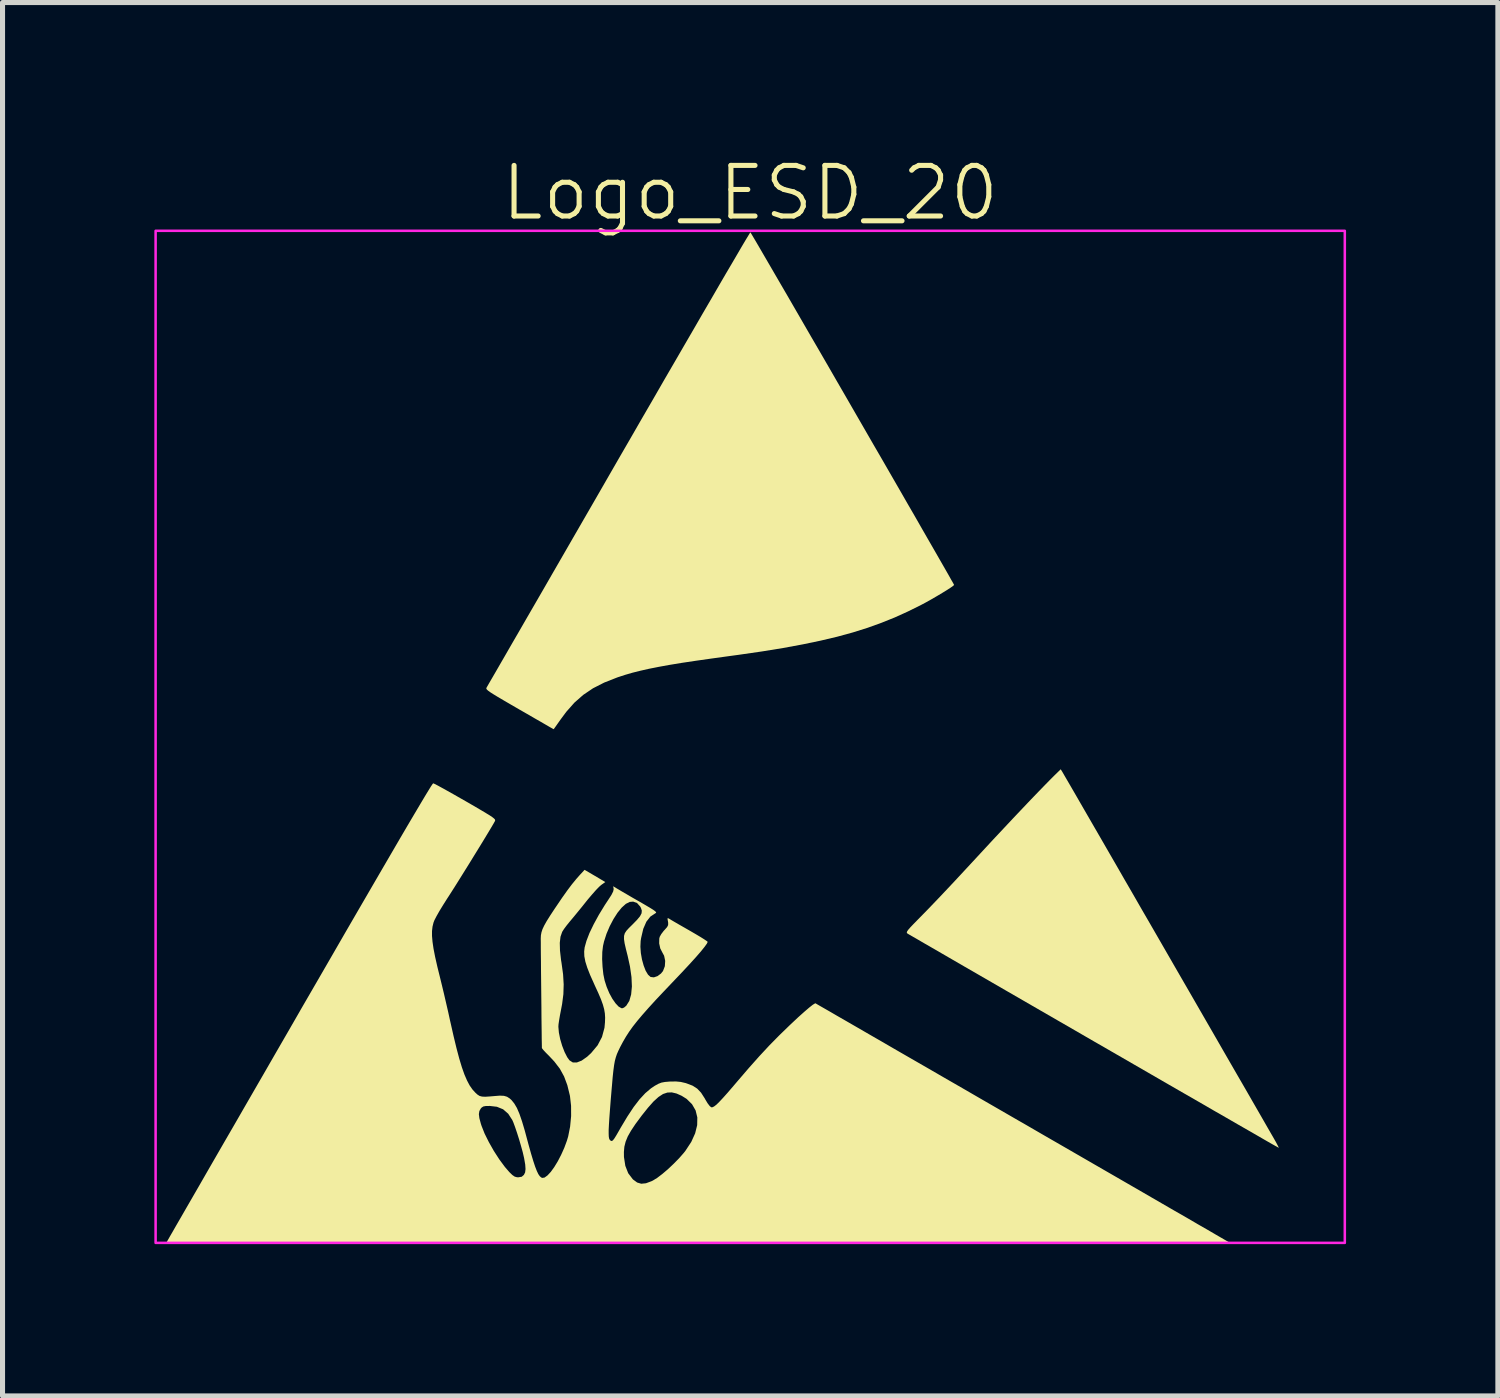
<source format=kicad_pcb>
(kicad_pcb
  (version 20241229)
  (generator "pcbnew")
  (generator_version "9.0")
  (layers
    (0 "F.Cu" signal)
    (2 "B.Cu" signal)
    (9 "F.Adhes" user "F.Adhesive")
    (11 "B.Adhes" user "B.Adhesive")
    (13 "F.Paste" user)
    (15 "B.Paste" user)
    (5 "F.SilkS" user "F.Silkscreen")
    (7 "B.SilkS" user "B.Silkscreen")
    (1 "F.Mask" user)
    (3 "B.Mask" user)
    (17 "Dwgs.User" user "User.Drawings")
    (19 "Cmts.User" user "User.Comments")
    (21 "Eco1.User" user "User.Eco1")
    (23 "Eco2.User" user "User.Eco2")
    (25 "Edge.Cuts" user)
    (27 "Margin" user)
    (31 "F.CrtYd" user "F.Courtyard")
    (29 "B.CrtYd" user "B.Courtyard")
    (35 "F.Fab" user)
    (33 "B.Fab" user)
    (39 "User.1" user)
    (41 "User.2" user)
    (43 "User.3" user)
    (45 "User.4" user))
  (footprint "Logo_ESD_20"
    (layer "F.Cu")
    (at 11.775 11.511)
    (property "Reference" "Logo_ESD_20" (at 0 -10.75 0) (unlocked yes) (layer "F.SilkS") (effects (font (size 1 1) (thickness 0.1))))
    (attr smd exclude_from_pos_files exclude_from_bom)
    (fp_poly (pts (xy 6.168 0.692) (xy 6.181 0.715) (xy 6.215 0.774) (xy 6.268 0.865) (xy 6.339 0.987) (xy 6.426 1.137) (xy 6.528 1.314) (xy 6.644 1.515) (xy 6.773 1.738) (xy 6.913 1.98) (xy 7.063 2.24) (xy 7.222 2.515) (xy 7.388 2.804) (xy 7.561 3.103) (xy 7.738 3.411) (xy 7.92 3.725) (xy 8.104 4.044) (xy 8.289 4.365) (xy 8.474 4.686) (xy 8.658 5.004) (xy 8.839 5.318) (xy 9.016 5.625) (xy 9.188 5.923) (xy 9.353 6.21) (xy 9.511 6.484) (xy 9.66 6.742) (xy 9.799 6.982) (xy 9.926 7.203) (xy 10.04 7.401) (xy 10.14 7.575) (xy 10.225 7.723) (xy 10.293 7.841) (xy 10.344 7.929) (xy 10.375 7.984) (xy 10.383 7.998) (xy 10.417 8.061) (xy 10.439 8.105) (xy 10.445 8.122) (xy 10.426 8.111) (xy 10.371 8.08) (xy 10.282 8.03) (xy 10.162 7.961) (xy 10.012 7.874) (xy 9.833 7.771) (xy 9.627 7.653) (xy 9.397 7.52) (xy 9.144 7.375) (xy 8.87 7.216) (xy 8.576 7.047) (xy 8.265 6.868) (xy 7.938 6.679) (xy 7.597 6.482) (xy 7.244 6.278) (xy 6.88 6.068) (xy 6.796 6.02) (xy 6.43 5.808) (xy 6.073 5.602) (xy 5.728 5.403) (xy 5.396 5.211) (xy 5.079 5.028) (xy 4.78 4.855) (xy 4.498 4.692) (xy 4.238 4.542) (xy 4 4.404) (xy 3.786 4.28) (xy 3.598 4.171) (xy 3.438 4.079) (xy 3.308 4.003) (xy 3.209 3.946) (xy 3.143 3.908) (xy 3.113 3.89) (xy 3.111 3.889) (xy 3.098 3.878) (xy 3.094 3.865) (xy 3.101 3.844) (xy 3.123 3.812) (xy 3.163 3.766) (xy 3.225 3.701) (xy 3.311 3.613) (xy 3.414 3.508) (xy 3.507 3.413) (xy 3.623 3.292) (xy 3.758 3.151) (xy 3.905 2.995) (xy 4.059 2.831) (xy 4.215 2.663) (xy 4.368 2.498) (xy 4.407 2.456) (xy 4.605 2.242) (xy 4.803 2.028) (xy 5 1.818) (xy 5.191 1.614) (xy 5.373 1.422) (xy 5.542 1.244) (xy 5.696 1.084) (xy 5.83 0.946) (xy 5.941 0.833) (xy 6.006 0.768) (xy 6.136 0.641)) (stroke (width 0) (type solid)) (fill yes) (layer "F.SilkS"))
    (fp_poly (pts (xy 0.016 -9.951) (xy 0.048 -9.897) (xy 0.099 -9.811) (xy 0.168 -9.693) (xy 0.253 -9.547) (xy 0.353 -9.375) (xy 0.467 -9.179) (xy 0.593 -8.962) (xy 0.731 -8.725) (xy 0.878 -8.471) (xy 1.034 -8.201) (xy 1.197 -7.919) (xy 1.367 -7.627) (xy 1.541 -7.326) (xy 1.718 -7.019) (xy 1.898 -6.708) (xy 2.078 -6.396) (xy 2.258 -6.084) (xy 2.436 -5.775) (xy 2.612 -5.472) (xy 2.783 -5.175) (xy 2.948 -4.889) (xy 3.106 -4.614) (xy 3.257 -4.353) (xy 3.397 -4.108) (xy 3.527 -3.882) (xy 3.645 -3.677) (xy 3.75 -3.494) (xy 3.84 -3.337) (xy 3.914 -3.208) (xy 3.97 -3.108) (xy 4.009 -3.04) (xy 4.027 -3.006) (xy 4.029 -3.002) (xy 4.011 -2.984) (xy 3.962 -2.949) (xy 3.888 -2.901) (xy 3.795 -2.844) (xy 3.691 -2.782) (xy 3.581 -2.718) (xy 3.472 -2.657) (xy 3.376 -2.606) (xy 3.118 -2.478) (xy 2.858 -2.36) (xy 2.592 -2.253) (xy 2.317 -2.154) (xy 2.027 -2.063) (xy 1.72 -1.979) (xy 1.391 -1.901) (xy 1.036 -1.827) (xy 0.652 -1.756) (xy 0.234 -1.688) (xy -0.222 -1.622) (xy -0.42 -1.595) (xy -0.768 -1.547) (xy -1.077 -1.503) (xy -1.351 -1.462) (xy -1.594 -1.422) (xy -1.809 -1.383) (xy -2 -1.345) (xy -2.172 -1.306) (xy -2.328 -1.267) (xy -2.472 -1.225) (xy -2.607 -1.181) (xy -2.627 -1.174) (xy -2.884 -1.073) (xy -3.106 -0.96) (xy -3.3 -0.829) (xy -3.474 -0.676) (xy -3.635 -0.494) (xy -3.742 -0.35) (xy -3.798 -0.271) (xy -3.843 -0.207) (xy -3.874 -0.164) (xy -3.885 -0.151) (xy -3.904 -0.162) (xy -3.956 -0.191) (xy -4.037 -0.238) (xy -4.142 -0.299) (xy -4.268 -0.371) (xy -4.411 -0.454) (xy -4.563 -0.541) (xy -4.739 -0.643) (xy -4.881 -0.726) (xy -4.993 -0.792) (xy -5.078 -0.844) (xy -5.139 -0.883) (xy -5.179 -0.912) (xy -5.203 -0.934) (xy -5.214 -0.95) (xy -5.214 -0.963) (xy -5.208 -0.976) (xy -5.208 -0.977) (xy -5.194 -1) (xy -5.161 -1.058) (xy -5.107 -1.151) (xy -5.035 -1.275) (xy -4.945 -1.431) (xy -4.838 -1.616) (xy -4.716 -1.828) (xy -4.578 -2.066) (xy -4.427 -2.328) (xy -4.262 -2.613) (xy -4.085 -2.919) (xy -3.898 -3.244) (xy -3.7 -3.587) (xy -3.493 -3.946) (xy -3.277 -4.32) (xy -3.054 -4.706) (xy -2.825 -5.104) (xy -2.597 -5.5) (xy -2.362 -5.906) (xy -2.134 -6.302) (xy -1.911 -6.686) (xy -1.697 -7.058) (xy -1.49 -7.414) (xy -1.293 -7.754) (xy -1.106 -8.076) (xy -0.931 -8.379) (xy -0.767 -8.66) (xy -0.617 -8.919) (xy -0.481 -9.153) (xy -0.359 -9.36) (xy -0.253 -9.541) (xy -0.165 -9.692) (xy -0.094 -9.812) (xy -0.041 -9.899) (xy -0.009 -9.952) (xy 0.004 -9.97)) (stroke (width 0) (type solid)) (fill yes) (layer "F.SilkS"))
    (fp_poly (pts (xy -6.239 0.929) (xy -6.18 0.959) (xy -6.094 1.006) (xy -5.984 1.067) (xy -5.856 1.139) (xy -5.714 1.22) (xy -5.626 1.27) (xy -5.46 1.366) (xy -5.327 1.444) (xy -5.225 1.505) (xy -5.149 1.551) (xy -5.097 1.586) (xy -5.063 1.613) (xy -5.045 1.632) (xy -5.04 1.648) (xy -5.043 1.661) (xy -5.045 1.666) (xy -5.074 1.718) (xy -5.123 1.801) (xy -5.188 1.909) (xy -5.266 2.038) (xy -5.354 2.182) (xy -5.449 2.336) (xy -5.546 2.494) (xy -5.644 2.651) (xy -5.738 2.802) (xy -5.825 2.941) (xy -5.902 3.062) (xy -5.966 3.162) (xy -5.982 3.186) (xy -6.065 3.317) (xy -6.139 3.438) (xy -6.198 3.542) (xy -6.24 3.623) (xy -6.258 3.669) (xy -6.278 3.75) (xy -6.288 3.837) (xy -6.288 3.935) (xy -6.278 4.05) (xy -6.258 4.187) (xy -6.226 4.35) (xy -6.182 4.544) (xy -6.13 4.754) (xy -6.095 4.897) (xy -6.054 5.067) (xy -6.011 5.253) (xy -5.968 5.439) (xy -5.93 5.613) (xy -5.925 5.634) (xy -5.862 5.913) (xy -5.804 6.153) (xy -5.75 6.357) (xy -5.698 6.529) (xy -5.647 6.673) (xy -5.596 6.791) (xy -5.544 6.889) (xy -5.489 6.968) (xy -5.433 7.03) (xy -5.389 7.07) (xy -5.348 7.096) (xy -5.299 7.109) (xy -5.234 7.112) (xy -5.142 7.106) (xy -5.06 7.099) (xy -4.948 7.09) (xy -4.866 7.094) (xy -4.805 7.112) (xy -4.751 7.147) (xy -4.716 7.179) (xy -4.662 7.246) (xy -4.61 7.334) (xy -4.56 7.451) (xy -4.509 7.599) (xy -4.454 7.784) (xy -4.438 7.844) (xy -4.38 8.06) (xy -4.33 8.238) (xy -4.287 8.381) (xy -4.25 8.493) (xy -4.217 8.578) (xy -4.188 8.639) (xy -4.16 8.68) (xy -4.133 8.705) (xy -4.111 8.716) (xy -4.064 8.709) (xy -4.006 8.667) (xy -3.94 8.596) (xy -3.871 8.5) (xy -3.801 8.385) (xy -3.735 8.257) (xy -3.711 8.204) (xy -2.496 8.204) (xy -2.495 8.302) (xy -2.468 8.477) (xy -2.411 8.623) (xy -2.323 8.739) (xy -2.313 8.749) (xy -2.234 8.807) (xy -2.153 8.831) (xy -2.061 8.822) (xy -1.95 8.781) (xy -1.922 8.767) (xy -1.839 8.716) (xy -1.738 8.639) (xy -1.626 8.544) (xy -1.513 8.437) (xy -1.405 8.327) (xy -1.313 8.222) (xy -1.28 8.18) (xy -1.165 8.005) (xy -1.088 7.835) (xy -1.048 7.673) (xy -1.045 7.521) (xy -1.079 7.382) (xy -1.15 7.259) (xy -1.257 7.154) (xy -1.355 7.093) (xy -1.456 7.048) (xy -1.549 7.026) (xy -1.636 7.029) (xy -1.723 7.058) (xy -1.813 7.117) (xy -1.911 7.206) (xy -2.021 7.33) (xy -2.147 7.488) (xy -2.154 7.498) (xy -2.269 7.653) (xy -2.356 7.784) (xy -2.42 7.897) (xy -2.462 8) (xy -2.487 8.1) (xy -2.496 8.204) (xy -3.711 8.204) (xy -3.674 8.121) (xy -3.623 7.983) (xy -3.597 7.896) (xy -3.559 7.703) (xy -3.539 7.495) (xy -3.54 7.29) (xy -3.561 7.104) (xy -3.564 7.087) (xy -3.614 6.883) (xy -3.678 6.711) (xy -3.762 6.558) (xy -3.872 6.415) (xy -3.976 6.304) (xy -4.038 6.242) (xy -4.086 6.19) (xy -4.113 6.156) (xy -4.117 6.148) (xy -4.117 6.124) (xy -4.118 6.061) (xy -4.12 5.965) (xy -4.121 5.841) (xy -4.123 5.694) (xy -4.125 5.529) (xy -4.126 5.351) (xy -4.128 5.166) (xy -4.13 4.977) (xy -4.132 4.791) (xy -4.134 4.612) (xy -4.135 4.445) (xy -4.137 4.295) (xy -4.138 4.168) (xy -4.138 4.068) (xy -4.139 4) (xy -4.139 3.982) (xy -4.136 3.922) (xy -4.125 3.863) (xy -4.105 3.801) (xy -4.071 3.729) (xy -4.021 3.64) (xy -3.952 3.53) (xy -3.861 3.392) (xy -3.837 3.357) (xy -3.718 3.181) (xy -3.615 3.036) (xy -3.524 2.915) (xy -3.438 2.81) (xy -3.364 2.726) (xy -3.273 2.628) (xy -3.068 2.748) (xy -2.864 2.869) (xy -2.947 2.929) (xy -2.99 2.967) (xy -3.052 3.032) (xy -3.126 3.116) (xy -3.206 3.21) (xy -3.243 3.256) (xy -3.326 3.36) (xy -3.411 3.464) (xy -3.488 3.558) (xy -3.55 3.632) (xy -3.567 3.652) (xy -3.626 3.725) (xy -3.679 3.796) (xy -3.714 3.851) (xy -3.716 3.855) (xy -3.749 3.95) (xy -3.763 4.071) (xy -3.759 4.224) (xy -3.738 4.411) (xy -3.729 4.465) (xy -3.698 4.692) (xy -3.686 4.893) (xy -3.692 5.085) (xy -3.717 5.28) (xy -3.738 5.39) (xy -3.759 5.499) (xy -3.776 5.599) (xy -3.788 5.68) (xy -3.791 5.728) (xy -3.781 5.843) (xy -3.755 5.973) (xy -3.716 6.105) (xy -3.668 6.229) (xy -3.616 6.331) (xy -3.571 6.393) (xy -3.506 6.434) (xy -3.426 6.435) (xy -3.331 6.398) (xy -3.223 6.322) (xy -3.144 6.249) (xy -3.016 6.096) (xy -2.929 5.931) (xy -2.88 5.75) (xy -2.87 5.642) (xy -2.867 5.55) (xy -2.872 5.466) (xy -2.886 5.383) (xy -2.911 5.292) (xy -2.949 5.187) (xy -3.003 5.06) (xy -3.075 4.904) (xy -3.084 4.883) (xy -3.163 4.707) (xy -3.22 4.562) (xy -3.258 4.441) (xy -3.267 4.392) (xy -2.926 4.392) (xy -2.918 4.545) (xy -2.902 4.693) (xy -2.877 4.815) (xy -2.836 4.943) (xy -2.784 5.066) (xy -2.724 5.176) (xy -2.661 5.266) (xy -2.6 5.331) (xy -2.545 5.362) (xy -2.529 5.364) (xy -2.493 5.35) (xy -2.45 5.314) (xy -2.447 5.31) (xy -2.389 5.218) (xy -2.353 5.091) (xy -2.338 4.934) (xy -2.346 4.748) (xy -2.376 4.538) (xy -2.421 4.332) (xy -2.457 4.189) (xy -2.482 4.08) (xy -2.494 3.997) (xy -2.493 3.933) (xy -2.478 3.881) (xy -2.446 3.832) (xy -2.398 3.779) (xy -2.332 3.714) (xy -2.328 3.71) (xy -2.238 3.618) (xy -2.178 3.546) (xy -2.147 3.487) (xy -2.142 3.434) (xy -2.159 3.381) (xy -2.176 3.351) (xy -2.237 3.283) (xy -2.313 3.256) (xy -2.381 3.262) (xy -2.457 3.3) (xy -2.539 3.374) (xy -2.622 3.476) (xy -2.702 3.601) (xy -2.776 3.742) (xy -2.84 3.892) (xy -2.889 4.045) (xy -2.909 4.133) (xy -2.923 4.25) (xy -2.926 4.392) (xy -3.267 4.392) (xy -3.278 4.336) (xy -3.281 4.242) (xy -3.272 4.162) (xy -3.236 4.032) (xy -3.176 3.876) (xy -3.092 3.702) (xy -2.99 3.515) (xy -2.872 3.322) (xy -2.806 3.222) (xy -2.743 3.125) (xy -2.708 3.055) (xy -2.698 3.008) (xy -2.699 3.002) (xy -2.708 2.952) (xy -2.641 2.993) (xy -2.602 3.016) (xy -2.533 3.057) (xy -2.44 3.111) (xy -2.331 3.175) (xy -2.212 3.243) (xy -2.199 3.25) (xy -2.072 3.324) (xy -1.979 3.379) (xy -1.915 3.419) (xy -1.877 3.447) (xy -1.86 3.466) (xy -1.86 3.478) (xy -1.874 3.487) (xy -1.876 3.488) (xy -1.973 3.552) (xy -2.052 3.653) (xy -2.113 3.793) (xy -2.155 3.972) (xy -2.165 4.033) (xy -2.17 4.148) (xy -2.161 4.273) (xy -2.139 4.399) (xy -2.106 4.518) (xy -2.066 4.622) (xy -2.019 4.7) (xy -1.97 4.744) (xy -1.968 4.745) (xy -1.904 4.753) (xy -1.831 4.728) (xy -1.763 4.677) (xy -1.723 4.627) (xy -1.687 4.533) (xy -1.68 4.427) (xy -1.701 4.326) (xy -1.732 4.269) (xy -1.777 4.182) (xy -1.799 4.082) (xy -1.797 3.986) (xy -1.788 3.951) (xy -1.758 3.898) (xy -1.711 3.836) (xy -1.687 3.81) (xy -1.642 3.759) (xy -1.622 3.719) (xy -1.621 3.675) (xy -1.625 3.65) (xy -1.634 3.598) (xy -1.629 3.581) (xy -1.605 3.592) (xy -1.59 3.601) (xy -1.556 3.622) (xy -1.491 3.66) (xy -1.403 3.711) (xy -1.298 3.771) (xy -1.19 3.833) (xy -1.08 3.897) (xy -0.984 3.954) (xy -0.909 4.001) (xy -0.859 4.035) (xy -0.84 4.051) (xy -0.84 4.051) (xy -0.856 4.086) (xy -0.901 4.149) (xy -0.974 4.24) (xy -1.075 4.356) (xy -1.203 4.497) (xy -1.355 4.66) (xy -1.508 4.821) (xy -1.702 5.025) (xy -1.869 5.202) (xy -2.011 5.358) (xy -2.131 5.494) (xy -2.233 5.615) (xy -2.319 5.724) (xy -2.392 5.826) (xy -2.455 5.924) (xy -2.512 6.022) (xy -2.566 6.123) (xy -2.569 6.129) (xy -2.605 6.203) (xy -2.634 6.269) (xy -2.656 6.334) (xy -2.675 6.405) (xy -2.69 6.49) (xy -2.704 6.595) (xy -2.718 6.727) (xy -2.732 6.893) (xy -2.737 6.948) (xy -2.757 7.183) (xy -2.772 7.378) (xy -2.784 7.539) (xy -2.792 7.667) (xy -2.797 7.767) (xy -2.797 7.842) (xy -2.795 7.897) (xy -2.789 7.934) (xy -2.779 7.958) (xy -2.769 7.971) (xy -2.75 7.984) (xy -2.733 7.986) (xy -2.713 7.973) (xy -2.686 7.939) (xy -2.649 7.88) (xy -2.597 7.79) (xy -2.559 7.723) (xy -2.426 7.501) (xy -2.303 7.315) (xy -2.187 7.164) (xy -2.074 7.042) (xy -1.961 6.946) (xy -1.885 6.895) (xy -1.816 6.857) (xy -1.755 6.833) (xy -1.686 6.82) (xy -1.592 6.812) (xy -1.583 6.812) (xy -1.468 6.81) (xy -1.374 6.819) (xy -1.279 6.841) (xy -1.257 6.848) (xy -1.139 6.893) (xy -1.047 6.952) (xy -0.971 7.032) (xy -0.899 7.144) (xy -0.889 7.163) (xy -0.842 7.241) (xy -0.8 7.296) (xy -0.769 7.321) (xy -0.767 7.321) (xy -0.743 7.319) (xy -0.711 7.302) (xy -0.667 7.268) (xy -0.611 7.213) (xy -0.537 7.134) (xy -0.444 7.03) (xy -0.329 6.896) (xy -0.254 6.808) (xy -0.028 6.545) (xy 0.181 6.31) (xy 0.38 6.096) (xy 0.577 5.896) (xy 0.778 5.701) (xy 0.797 5.683) (xy 0.945 5.544) (xy 1.069 5.433) (xy 1.167 5.349) (xy 1.237 5.294) (xy 1.28 5.268) (xy 1.292 5.266) (xy 1.311 5.278) (xy 1.366 5.31) (xy 1.455 5.361) (xy 1.577 5.431) (xy 1.728 5.519) (xy 1.909 5.623) (xy 2.117 5.743) (xy 2.35 5.878) (xy 2.607 6.026) (xy 2.886 6.188) (xy 3.186 6.361) (xy 3.504 6.544) (xy 3.839 6.738) (xy 4.19 6.94) (xy 4.554 7.151) (xy 4.93 7.368) (xy 5.316 7.591) (xy 5.397 7.637) (xy 5.785 7.862) (xy 6.163 8.08) (xy 6.53 8.292) (xy 6.883 8.496) (xy 7.221 8.691) (xy 7.543 8.877) (xy 7.847 9.053) (xy 8.13 9.217) (xy 8.391 9.368) (xy 8.63 9.505) (xy 8.842 9.629) (xy 9.029 9.736) (xy 9.186 9.828) (xy 9.314 9.902) (xy 9.409 9.957) (xy 9.471 9.993) (xy 9.498 10.009) (xy 9.499 10.01) (xy 9.478 10.01) (xy 9.416 10.011) (xy 9.313 10.011) (xy 9.17 10.012) (xy 8.99 10.012) (xy 8.774 10.013) (xy 8.522 10.013) (xy 8.236 10.013) (xy 7.917 10.014) (xy 7.568 10.014) (xy 7.188 10.015) (xy 6.779 10.015) (xy 6.343 10.015) (xy 5.88 10.016) (xy 5.393 10.016) (xy 4.883 10.016) (xy 4.35 10.017) (xy 3.796 10.017) (xy 3.222 10.017) (xy 2.631 10.017) (xy 2.022 10.017) (xy 1.397 10.018) (xy 0.758 10.018) (xy 0.106 10.018) (xy -0.558 10.018) (xy -1.02 10.018) (xy -11.549 10.018) (xy -11.517 9.959) (xy -11.503 9.935) (xy -11.469 9.875) (xy -11.415 9.782) (xy -11.343 9.656) (xy -11.252 9.499) (xy -11.145 9.313) (xy -11.022 9.1) (xy -10.884 8.861) (xy -10.733 8.598) (xy -10.568 8.312) (xy -10.391 8.005) (xy -10.202 7.679) (xy -10.073 7.455) (xy -5.362 7.455) (xy -5.352 7.536) (xy -5.323 7.644) (xy -5.309 7.687) (xy -5.249 7.839) (xy -5.165 8.008) (xy -5.066 8.183) (xy -4.958 8.35) (xy -4.848 8.499) (xy -4.76 8.601) (xy -4.7 8.659) (xy -4.653 8.691) (xy -4.608 8.703) (xy -4.583 8.704) (xy -4.515 8.693) (xy -4.472 8.656) (xy -4.448 8.607) (xy -4.44 8.541) (xy -4.446 8.452) (xy -4.467 8.331) (xy -4.471 8.312) (xy -4.495 8.208) (xy -4.529 8.085) (xy -4.567 7.954) (xy -4.608 7.825) (xy -4.647 7.71) (xy -4.681 7.618) (xy -4.701 7.573) (xy -4.782 7.448) (xy -4.883 7.36) (xy -5.006 7.31) (xy -5.145 7.294) (xy -5.224 7.295) (xy -5.273 7.304) (xy -5.305 7.324) (xy -5.323 7.343) (xy -5.352 7.394) (xy -5.362 7.455) (xy -10.073 7.455) (xy -10.004 7.335) (xy -9.796 6.975) (xy -9.58 6.601) (xy -9.357 6.214) (xy -9.127 5.816) (xy -8.892 5.408) (xy -8.892 5.407) (xy -8.571 4.853) (xy -8.272 4.336) (xy -7.995 3.856) (xy -7.738 3.413) (xy -7.502 3.007) (xy -7.287 2.637) (xy -7.093 2.304) (xy -6.92 2.007) (xy -6.767 1.746) (xy -6.634 1.521) (xy -6.522 1.332) (xy -6.431 1.179) (xy -6.359 1.061) (xy -6.308 0.978) (xy -6.276 0.931) (xy -6.265 0.918)) (stroke (width 0) (type solid)) (fill yes) (layer "F.SilkS"))
    (fp_rect (start -11.75 -10) (end 11.75 10) (stroke (width 0.05) (type default)) (fill no) (layer "F.CrtYd")))
  (gr_rect
    (start -3 -3)
    (end 26.55 24.535)
    (stroke (width 0.1) (type default))
    (fill no)
    (layer "Edge.Cuts")))
</source>
